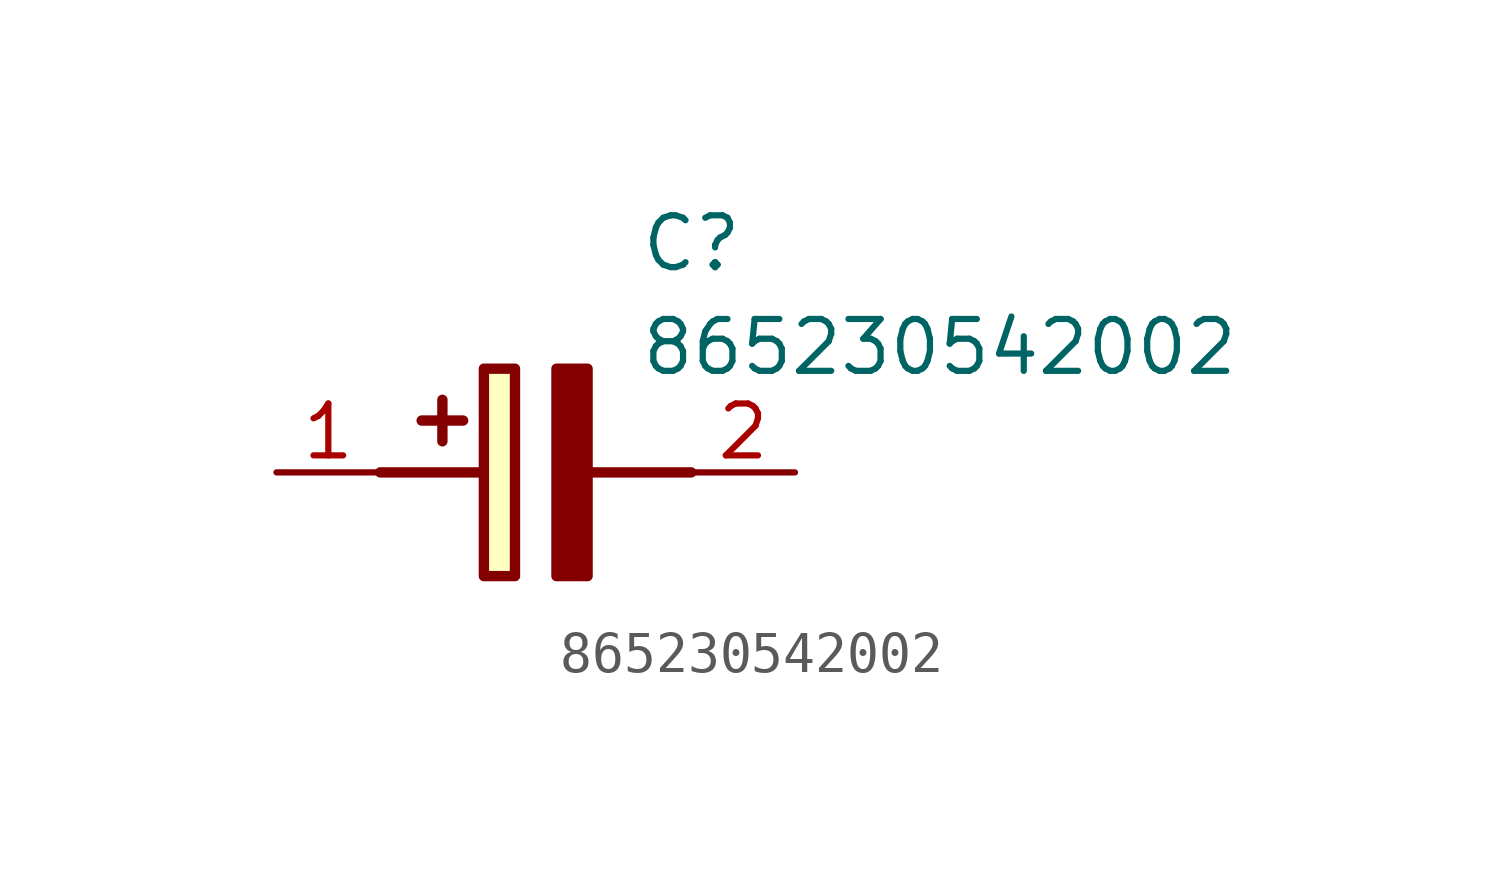
<source format=kicad_sym>
(kicad_symbol_lib
  (version 20220914)
  (generator kicad_symbol_editor)
  (symbol "865230542002"
    (pin_names hide)
    (property "Reference" "C"
      (at 8.89 6.35 0)
      (effects (font (size 1.27 1.27)) (justify left top)))
    (property "Value" "865230542002"
      (at 8.89 3.81 0)
      (effects (font (size 1.27 1.27)) (justify left top)))
    (symbol "865230542002_1_1"
      (polyline (pts (xy 2.54 0) (xy 5.08 0)) (stroke (width 0.254) (type default)) (fill (type none)))
      (polyline (pts (xy 4.064 1.778) (xy 4.064 0.762)) (stroke (width 0.254) (type default)) (fill (type none)))
      (polyline (pts (xy 4.572 1.27) (xy 3.556 1.27)) (stroke (width 0.254) (type default)) (fill (type none)))
      (polyline (pts (xy 7.62 0) (xy 10.16 0)) (stroke (width 0.254) (type default)) (fill (type none)))
      (polyline (pts (xy 7.62 2.54) (xy 7.62 -2.54) (xy 6.858 -2.54) (xy 6.858 2.54) (xy 7.62 2.54)) (stroke (width 0.254) (type default)) (fill (type outline)))
      (rectangle (start 5.08 2.54) (end 5.842 -2.54) (stroke (width 0.254) (type default)) (fill (type background)))
      (pin passive line (at 0 0 0) (length 2.54) (name "+" (effects (font (size 1.27 1.27)))) (number "1" (effects (font (size 1.27 1.27)))))
      (pin passive line (at 12.7 0 180) (length 2.54) (name "-" (effects (font (size 1.27 1.27)))) (number "2" (effects (font (size 1.27 1.27))))))))
</source>
